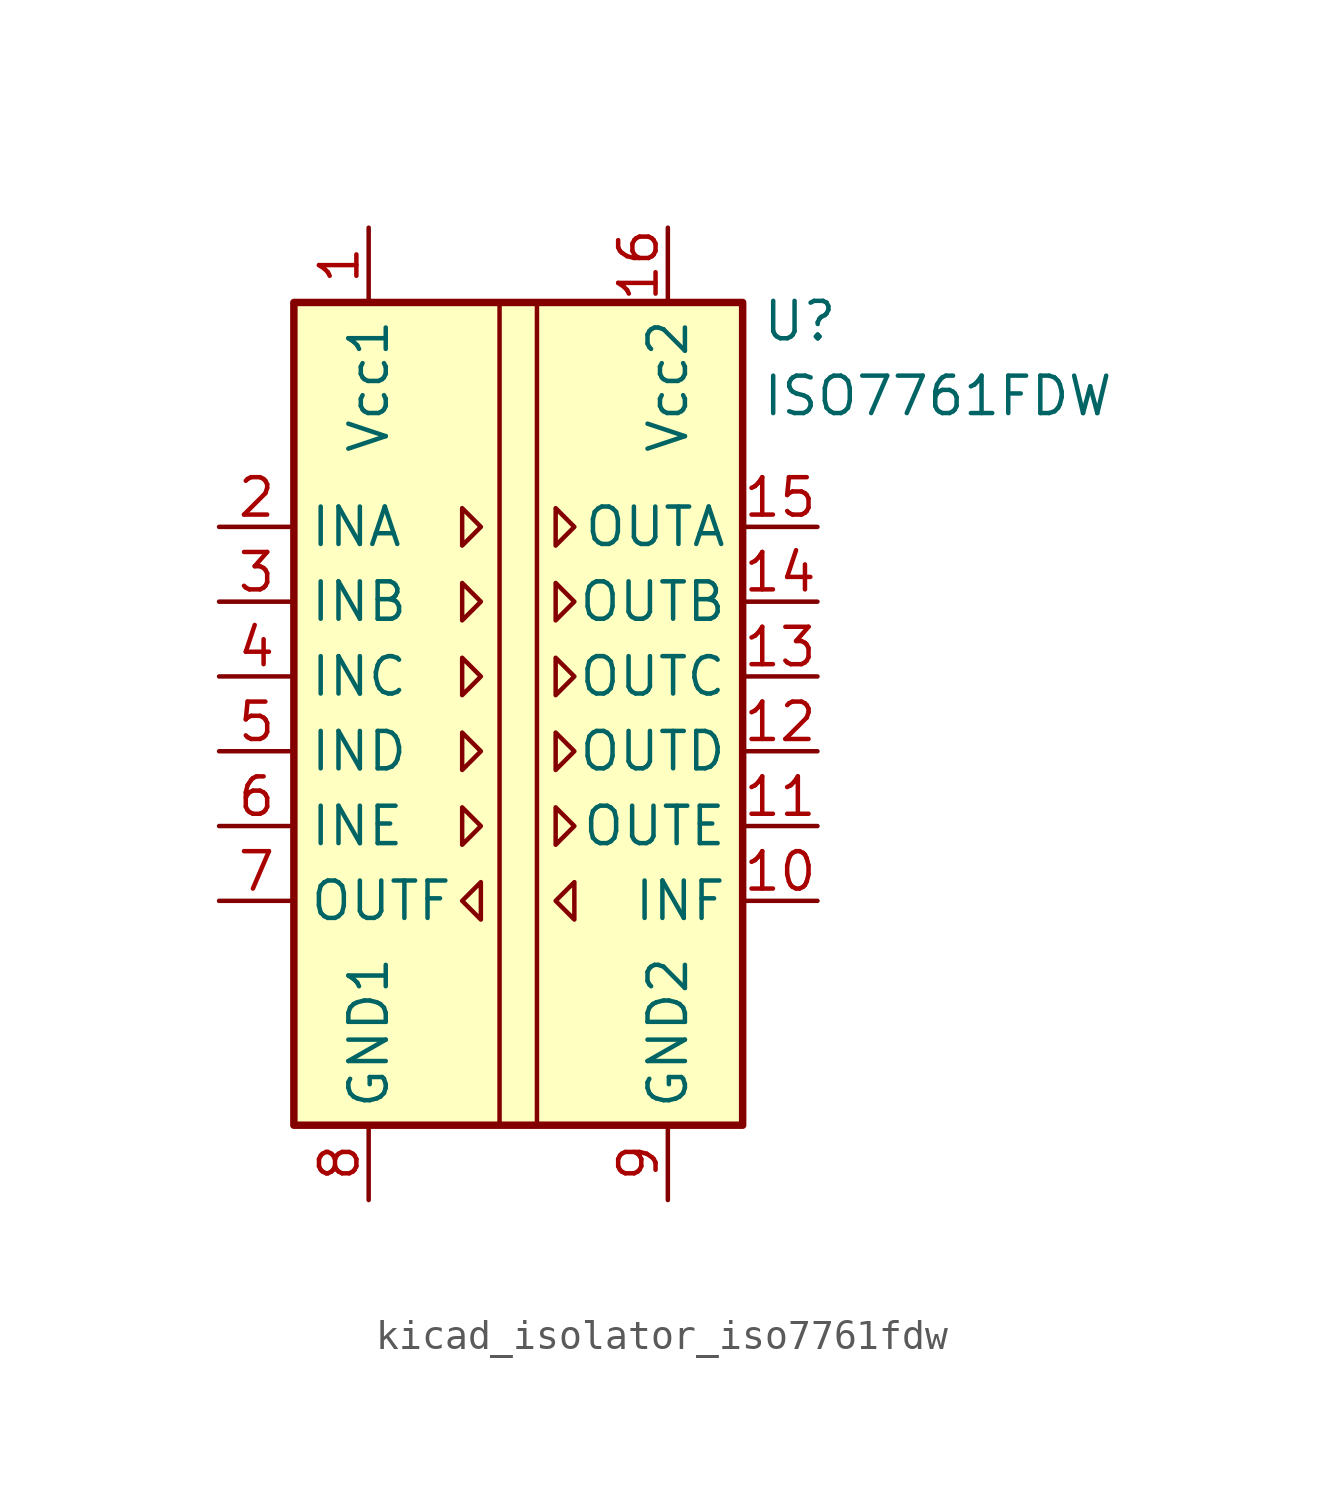
<source format=kicad_sym>
(kicad_symbol_lib
  (version 20220914)
  (generator kicad_symbol_editor)
  (symbol "kicad_isolator_iso7761fdw"
    (property "Reference" "U"
      (at 8.255 14.605 0)
      (effects (font (size 1.27 1.27)) (justify left)))
    (property "Value" "ISO7761FDW"
      (at 8.255 12.065 0)
      (effects (font (size 1.27 1.27)) (justify left)))
    (symbol "kicad_isolator_iso7761fdw_0_1"
      (rectangle (start -7.62 15.24) (end 7.62 -12.7) (stroke (width 0.254) (type default)) (fill (type background)))
      (polyline (pts (xy -0.635 15.24) (xy -0.635 -12.7)) (stroke (width 0) (type default)) (fill (type none)))
      (polyline (pts (xy 0.635 15.24) (xy 0.635 -12.7)) (stroke (width 0) (type default)) (fill (type none)))
      (polyline (pts (xy -1.905 8.255) (xy -1.27 7.62) (xy -1.905 6.985) (xy -1.905 8.255)) (stroke (width 0) (type default)) (fill (type none)))
      (polyline (pts (xy 1.27 8.255) (xy 1.905 7.62) (xy 1.27 6.985) (xy 1.27 8.255)) (stroke (width 0) (type default)) (fill (type none))))
    (symbol "kicad_isolator_iso7761fdw_1_1"
      (polyline (pts (xy -1.905 -1.905) (xy -1.27 -2.54) (xy -1.905 -3.175) (xy -1.905 -1.905)) (stroke (width 0) (type default)) (fill (type none)))
      (polyline (pts (xy -1.905 0.635) (xy -1.27 0) (xy -1.905 -0.635) (xy -1.905 0.635)) (stroke (width 0) (type default)) (fill (type none)))
      (polyline (pts (xy -1.905 3.175) (xy -1.27 2.54) (xy -1.905 1.905) (xy -1.905 3.175)) (stroke (width 0) (type default)) (fill (type none)))
      (polyline (pts (xy -1.905 5.715) (xy -1.27 5.08) (xy -1.905 4.445) (xy -1.905 5.715)) (stroke (width 0) (type default)) (fill (type none)))
      (polyline (pts (xy -1.27 -4.445) (xy -1.905 -5.08) (xy -1.27 -5.715) (xy -1.27 -4.445)) (stroke (width 0) (type default)) (fill (type none)))
      (polyline (pts (xy 1.27 -1.905) (xy 1.905 -2.54) (xy 1.27 -3.175) (xy 1.27 -1.905)) (stroke (width 0) (type default)) (fill (type none)))
      (polyline (pts (xy 1.27 0.635) (xy 1.905 0) (xy 1.27 -0.635) (xy 1.27 0.635)) (stroke (width 0) (type default)) (fill (type none)))
      (polyline (pts (xy 1.27 3.175) (xy 1.905 2.54) (xy 1.27 1.905) (xy 1.27 3.175)) (stroke (width 0) (type default)) (fill (type none)))
      (polyline (pts (xy 1.27 5.715) (xy 1.905 5.08) (xy 1.27 4.445) (xy 1.27 5.715)) (stroke (width 0) (type default)) (fill (type none)))
      (polyline (pts (xy 1.905 -4.445) (xy 1.27 -5.08) (xy 1.905 -5.715) (xy 1.905 -4.445)) (stroke (width 0) (type default)) (fill (type none)))
      (pin power_in line (at -5.08 17.78 270) (length 2.54) (name "Vcc1" (effects (font (size 1.27 1.27)))) (number "1" (effects (font (size 1.27 1.27)))))
      (pin input line (at 10.16 -5.08 180) (length 2.54) (name "INF" (effects (font (size 1.27 1.27)))) (number "10" (effects (font (size 1.27 1.27)))))
      (pin output line (at 10.16 -2.54 180) (length 2.54) (name "OUTE" (effects (font (size 1.27 1.27)))) (number "11" (effects (font (size 1.27 1.27)))))
      (pin output line (at 10.16 0 180) (length 2.54) (name "OUTD" (effects (font (size 1.27 1.27)))) (number "12" (effects (font (size 1.27 1.27)))))
      (pin output line (at 10.16 2.54 180) (length 2.54) (name "OUTC" (effects (font (size 1.27 1.27)))) (number "13" (effects (font (size 1.27 1.27)))))
      (pin output line (at 10.16 5.08 180) (length 2.54) (name "OUTB" (effects (font (size 1.27 1.27)))) (number "14" (effects (font (size 1.27 1.27)))))
      (pin output line (at 10.16 7.62 180) (length 2.54) (name "OUTA" (effects (font (size 1.27 1.27)))) (number "15" (effects (font (size 1.27 1.27)))))
      (pin power_in line (at 5.08 17.78 270) (length 2.54) (name "Vcc2" (effects (font (size 1.27 1.27)))) (number "16" (effects (font (size 1.27 1.27)))))
      (pin input line (at -10.16 7.62 0) (length 2.54) (name "INA" (effects (font (size 1.27 1.27)))) (number "2" (effects (font (size 1.27 1.27)))))
      (pin input line (at -10.16 5.08 0) (length 2.54) (name "INB" (effects (font (size 1.27 1.27)))) (number "3" (effects (font (size 1.27 1.27)))))
      (pin input line (at -10.16 2.54 0) (length 2.54) (name "INC" (effects (font (size 1.27 1.27)))) (number "4" (effects (font (size 1.27 1.27)))))
      (pin input line (at -10.16 0 0) (length 2.54) (name "IND" (effects (font (size 1.27 1.27)))) (number "5" (effects (font (size 1.27 1.27)))))
      (pin input line (at -10.16 -2.54 0) (length 2.54) (name "INE" (effects (font (size 1.27 1.27)))) (number "6" (effects (font (size 1.27 1.27)))))
      (pin output line (at -10.16 -5.08 0) (length 2.54) (name "OUTF" (effects (font (size 1.27 1.27)))) (number "7" (effects (font (size 1.27 1.27)))))
      (pin power_in line (at -5.08 -15.24 90) (length 2.54) (name "GND1" (effects (font (size 1.27 1.27)))) (number "8" (effects (font (size 1.27 1.27)))))
      (pin power_in line (at 5.08 -15.24 90) (length 2.54) (name "GND2" (effects (font (size 1.27 1.27)))) (number "9" (effects (font (size 1.27 1.27))))))))
</source>
